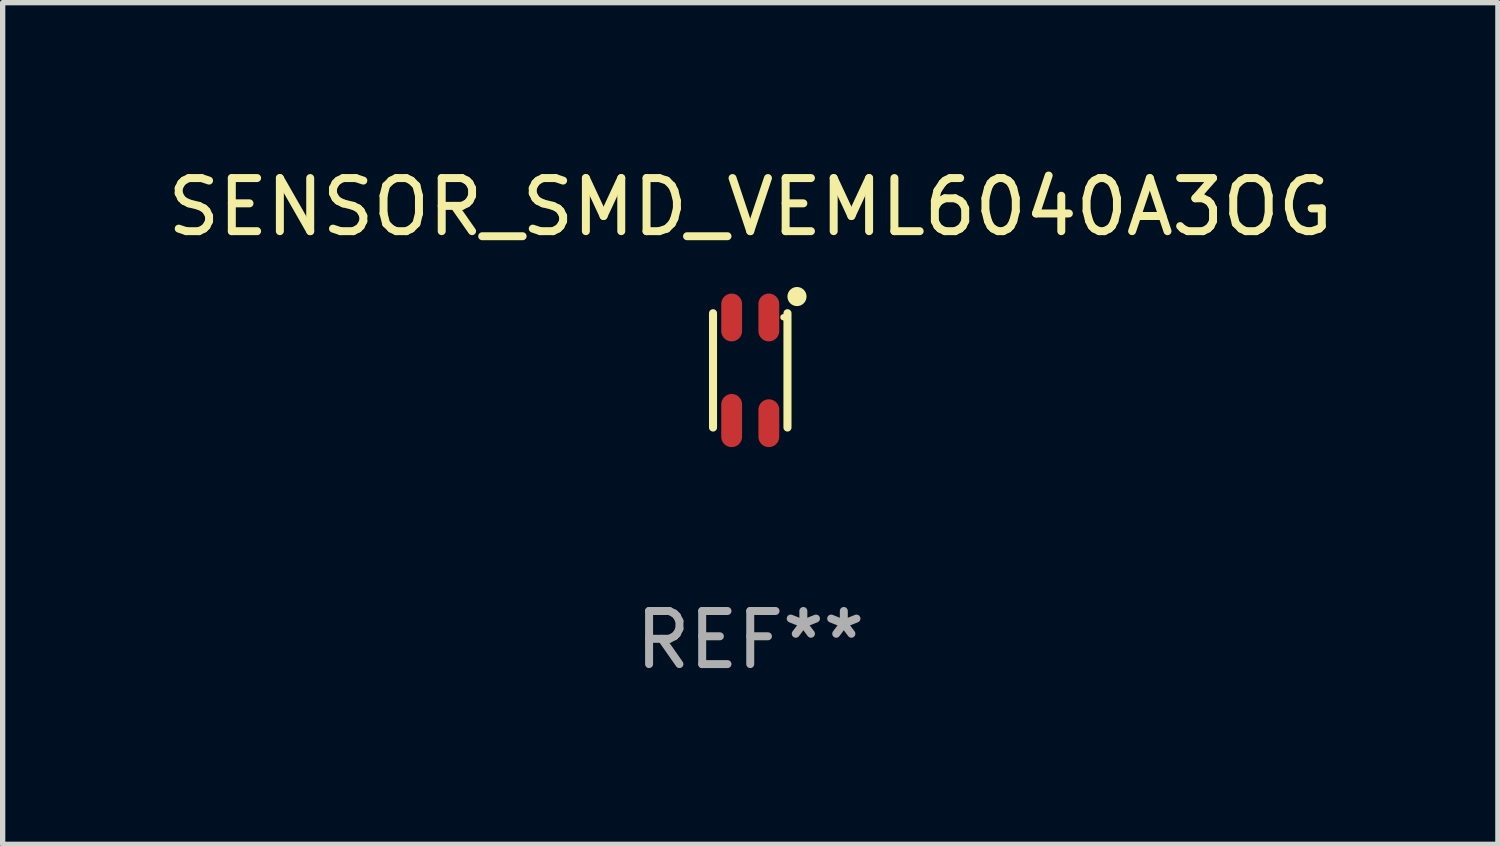
<source format=kicad_pcb>
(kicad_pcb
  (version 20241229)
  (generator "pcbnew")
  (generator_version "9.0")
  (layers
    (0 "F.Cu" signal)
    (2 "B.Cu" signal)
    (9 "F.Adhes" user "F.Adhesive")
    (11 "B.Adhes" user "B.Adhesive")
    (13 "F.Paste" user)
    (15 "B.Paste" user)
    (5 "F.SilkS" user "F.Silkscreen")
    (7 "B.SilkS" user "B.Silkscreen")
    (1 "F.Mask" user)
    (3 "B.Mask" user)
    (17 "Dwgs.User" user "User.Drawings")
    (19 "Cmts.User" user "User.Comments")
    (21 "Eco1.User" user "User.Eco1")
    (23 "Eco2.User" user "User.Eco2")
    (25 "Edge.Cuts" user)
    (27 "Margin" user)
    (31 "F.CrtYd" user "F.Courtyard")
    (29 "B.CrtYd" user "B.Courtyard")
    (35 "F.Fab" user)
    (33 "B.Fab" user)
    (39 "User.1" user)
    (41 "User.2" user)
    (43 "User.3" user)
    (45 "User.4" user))
  (footprint "SENSOR_SMD_VEML6040A3OG"
    (layer "F.Cu")
    (at 11.077 3.924)
    (property "Reference" "SENSOR_SMD_VEML6040A3OG" (at 0 -3.076 0) (layer "F.SilkS") (effects (font (size 1 1) (thickness 0.15))))
    (attr smd)
    (fp_line (start -0.701 -1.076) (end -0.701 1.076) (stroke (width 0.152) (type solid)) (layer "F.SilkS"))
    (fp_line (start 0.701 -1.076) (end 0.701 1.076) (stroke (width 0.152) (type solid)) (layer "F.SilkS"))
    (fp_circle (center 0.625 -1) (end 0.655 -1) (stroke (width 0.06) (type solid)) (fill no) (layer "F.SilkS"))
    (fp_circle (center 0.88 -1.39) (end 0.97 -1.39) (stroke (width 0.18) (type solid)) (fill no) (layer "F.SilkS"))
    (fp_text user "REF**" (at 0 5.076 0) (layer "F.Fab") (effects (font (size 1 1) (thickness 0.15))))
    (pad "1" smd oval (at 0.35 -0.996 180) (size 0.392 0.9) (layers "F.Cu" "F.Mask" "F.Paste"))
    (pad "2" smd oval (at -0.35 -0.996 180) (size 0.392 0.9) (layers "F.Cu" "F.Mask" "F.Paste"))
    (pad "3" smd oval (at -0.35 0.945 180) (size 0.392 1) (layers "F.Cu" "F.Mask" "F.Paste"))
    (pad "4" smd oval (at 0.35 0.995 180) (size 0.392 0.9) (layers "F.Cu" "F.Mask" "F.Paste")))
  (gr_rect
    (start -3 -3)
    (end 25.155 12.849)
    (stroke (width 0.1) (type default))
    (fill no)
    (layer "Edge.Cuts")))
</source>
